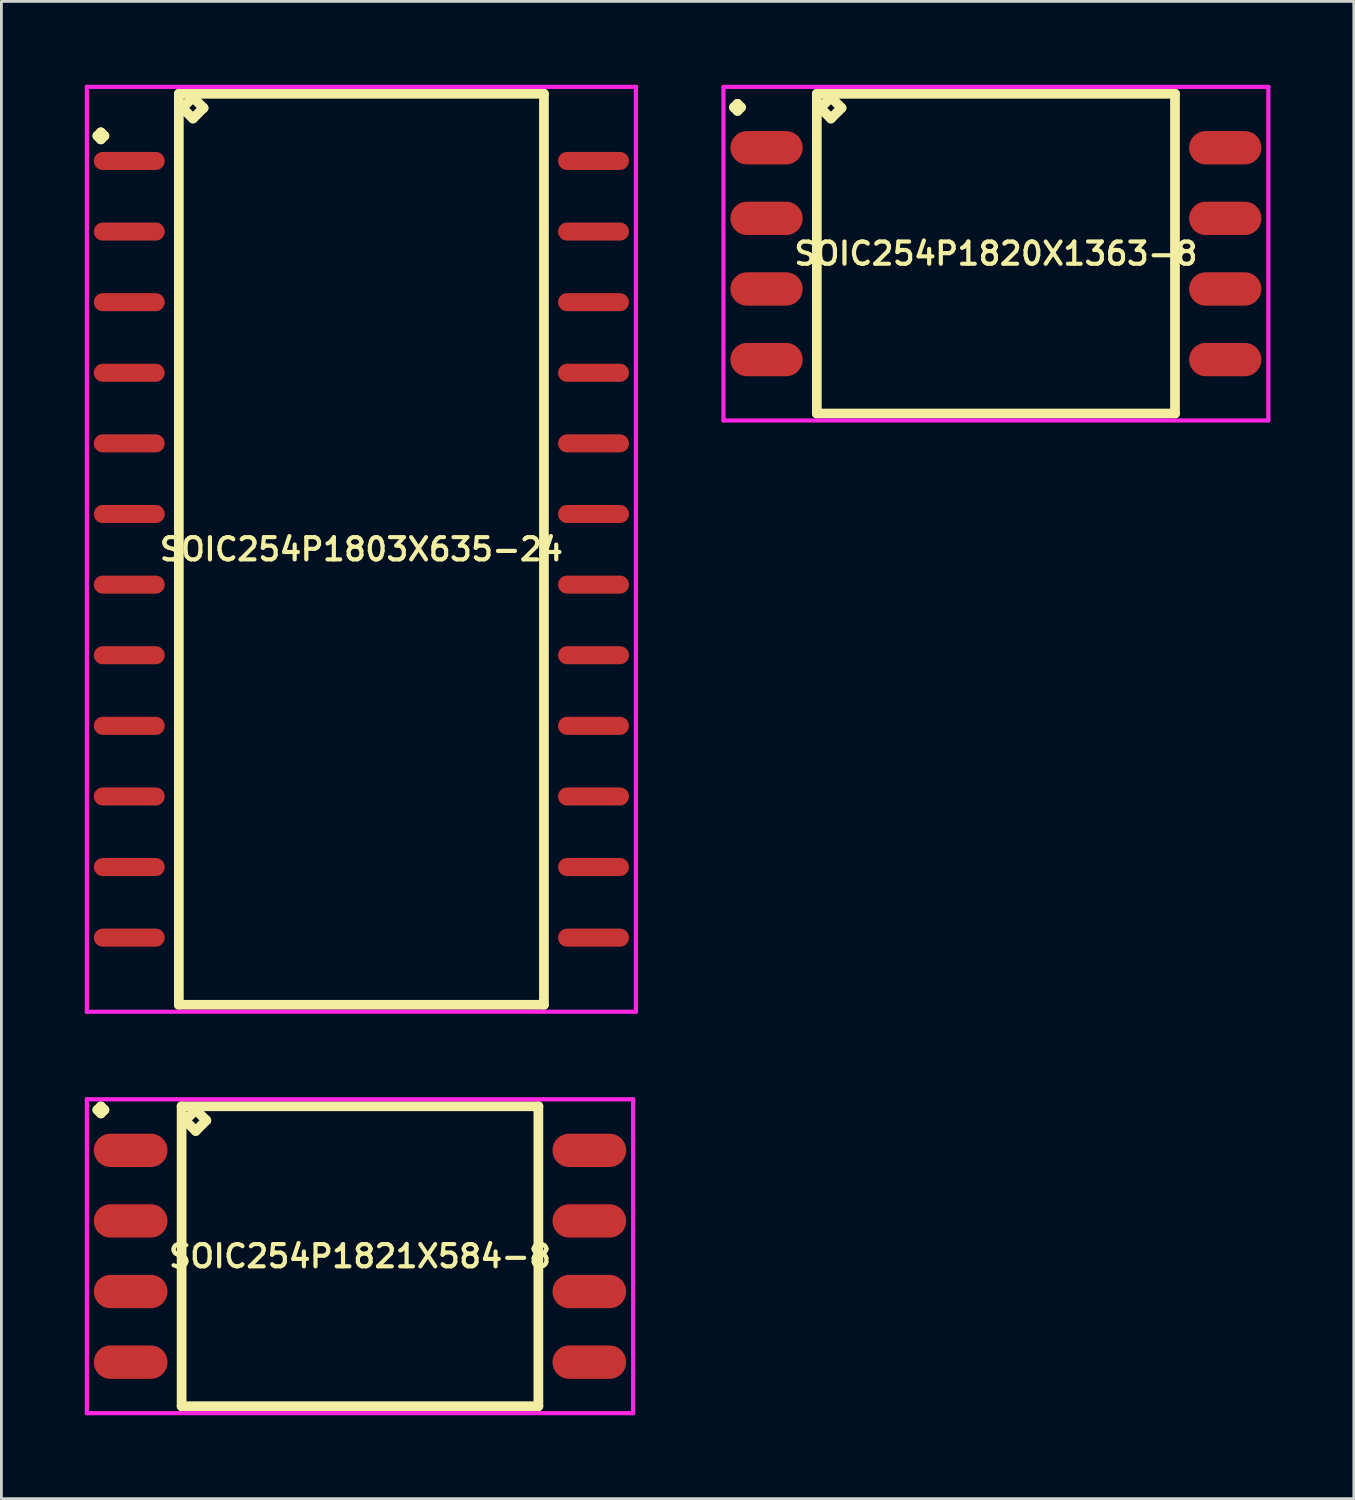
<source format=kicad_pcb>
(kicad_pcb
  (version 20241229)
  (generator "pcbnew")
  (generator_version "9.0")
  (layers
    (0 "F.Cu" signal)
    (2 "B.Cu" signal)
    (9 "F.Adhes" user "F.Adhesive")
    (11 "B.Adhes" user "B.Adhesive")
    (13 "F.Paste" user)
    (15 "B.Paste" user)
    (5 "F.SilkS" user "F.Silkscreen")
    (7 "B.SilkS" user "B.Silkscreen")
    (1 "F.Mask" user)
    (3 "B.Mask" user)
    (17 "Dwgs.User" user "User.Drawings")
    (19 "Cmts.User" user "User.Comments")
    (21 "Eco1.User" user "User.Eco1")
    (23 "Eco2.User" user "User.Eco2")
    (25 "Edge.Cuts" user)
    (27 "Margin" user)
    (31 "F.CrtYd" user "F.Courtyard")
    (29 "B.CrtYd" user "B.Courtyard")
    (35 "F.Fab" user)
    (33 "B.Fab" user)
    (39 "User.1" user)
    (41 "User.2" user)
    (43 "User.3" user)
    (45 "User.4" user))
  (footprint "SOIC254P1820X1363-8"
    (layer "F.Cu")
    (at 32.775 6.075)
    (property "Reference" "SOIC254P1820X1363-8" (at 0 0 0) (layer "F.SilkS") (effects (font (size 0.8 0.8) (thickness 0.15))))
    (attr smd)
    (fp_line (start -9.423 -5.264) (end -9.296 -5.391) (stroke (width 0.35) (type solid)) (layer "F.SilkS"))
    (fp_line (start -9.296 -5.391) (end -9.169 -5.264) (stroke (width 0.35) (type solid)) (layer "F.SilkS"))
    (fp_line (start -9.296 -5.137) (end -9.423 -5.264) (stroke (width 0.35) (type solid)) (layer "F.SilkS"))
    (fp_line (start -9.169 -5.264) (end -9.296 -5.137) (stroke (width 0.35) (type solid)) (layer "F.SilkS"))
    (fp_line (start -6.442 -5.75) (end -6.442 5.75) (stroke (width 0.35) (type solid)) (layer "F.SilkS"))
    (fp_line (start -6.442 5.75) (end 6.442 5.75) (stroke (width 0.35) (type solid)) (layer "F.SilkS"))
    (fp_line (start -6.315 -5.242) (end -5.934 -5.623) (stroke (width 0.35) (type solid)) (layer "F.SilkS"))
    (fp_line (start -5.934 -5.623) (end -5.553 -5.242) (stroke (width 0.35) (type solid)) (layer "F.SilkS"))
    (fp_line (start -5.934 -4.861) (end -6.315 -5.242) (stroke (width 0.35) (type solid)) (layer "F.SilkS"))
    (fp_line (start -5.553 -5.242) (end -5.934 -4.861) (stroke (width 0.35) (type solid)) (layer "F.SilkS"))
    (fp_line (start 6.442 -5.75) (end -6.442 -5.75) (stroke (width 0.35) (type solid)) (layer "F.SilkS"))
    (fp_line (start 6.442 5.75) (end 6.442 -5.75) (stroke (width 0.35) (type solid)) (layer "F.SilkS"))
    (fp_line (start -9.8 -6) (end 9.8 -6) (stroke (width 0.15) (type solid)) (layer "F.CrtYd"))
    (fp_line (start -9.8 6) (end -9.8 -6) (stroke (width 0.15) (type solid)) (layer "F.CrtYd"))
    (fp_line (start 9.8 -6) (end 9.8 6) (stroke (width 0.15) (type solid)) (layer "F.CrtYd"))
    (fp_line (start 9.8 6) (end -9.8 6) (stroke (width 0.15) (type solid)) (layer "F.CrtYd"))
    (pad "1" smd oval (at -8.25 -3.81) (size 2.6 1.2) (layers "F.Cu" "F.Mask" "F.Paste"))
    (pad "2" smd oval (at -8.25 -1.27) (size 2.6 1.2) (layers "F.Cu" "F.Mask" "F.Paste"))
    (pad "3" smd oval (at -8.25 1.27) (size 2.6 1.2) (layers "F.Cu" "F.Mask" "F.Paste"))
    (pad "4" smd oval (at -8.25 3.81) (size 2.6 1.2) (layers "F.Cu" "F.Mask" "F.Paste"))
    (pad "5" smd oval (at 8.25 3.81) (size 2.6 1.2) (layers "F.Cu" "F.Mask" "F.Paste"))
    (pad "6" smd oval (at 8.25 1.27) (size 2.6 1.2) (layers "F.Cu" "F.Mask" "F.Paste"))
    (pad "7" smd oval (at 8.25 -1.27) (size 2.6 1.2) (layers "F.Cu" "F.Mask" "F.Paste"))
    (pad "8" smd oval (at 8.25 -3.81) (size 2.6 1.2) (layers "F.Cu" "F.Mask" "F.Paste")))
  (footprint "SOIC254P1803X635-24"
    (layer "F.Cu")
    (at 9.95 16.71)
    (property "Reference" "SOIC254P1803X635-24" (at 0 0 0) (layer "F.SilkS") (effects (font (size 0.8 0.8) (thickness 0.15))))
    (attr smd)
    (fp_line (start -9.498 -14.874) (end -9.371 -15.001) (stroke (width 0.35) (type solid)) (layer "F.SilkS"))
    (fp_line (start -9.371 -15.001) (end -9.244 -14.874) (stroke (width 0.35) (type solid)) (layer "F.SilkS"))
    (fp_line (start -9.371 -14.747) (end -9.498 -14.874) (stroke (width 0.35) (type solid)) (layer "F.SilkS"))
    (fp_line (start -9.244 -14.874) (end -9.371 -14.747) (stroke (width 0.35) (type solid)) (layer "F.SilkS"))
    (fp_line (start -6.567 -16.385) (end -6.567 16.385) (stroke (width 0.35) (type solid)) (layer "F.SilkS"))
    (fp_line (start -6.567 16.385) (end 6.567 16.385) (stroke (width 0.35) (type solid)) (layer "F.SilkS"))
    (fp_line (start -6.44 -15.877) (end -6.059 -16.258) (stroke (width 0.35) (type solid)) (layer "F.SilkS"))
    (fp_line (start -6.059 -16.258) (end -5.678 -15.877) (stroke (width 0.35) (type solid)) (layer "F.SilkS"))
    (fp_line (start -6.059 -15.496) (end -6.44 -15.877) (stroke (width 0.35) (type solid)) (layer "F.SilkS"))
    (fp_line (start -5.678 -15.877) (end -6.059 -15.496) (stroke (width 0.35) (type solid)) (layer "F.SilkS"))
    (fp_line (start 6.567 -16.385) (end -6.567 -16.385) (stroke (width 0.35) (type solid)) (layer "F.SilkS"))
    (fp_line (start 6.567 16.385) (end 6.567 -16.385) (stroke (width 0.35) (type solid)) (layer "F.SilkS"))
    (fp_line (start -9.875 -16.635) (end 9.875 -16.635) (stroke (width 0.15) (type solid)) (layer "F.CrtYd"))
    (fp_line (start -9.875 16.635) (end -9.875 -16.635) (stroke (width 0.15) (type solid)) (layer "F.CrtYd"))
    (fp_line (start 9.875 -16.635) (end 9.875 16.635) (stroke (width 0.15) (type solid)) (layer "F.CrtYd"))
    (fp_line (start 9.875 16.635) (end -9.875 16.635) (stroke (width 0.15) (type solid)) (layer "F.CrtYd"))
    (pad "1" smd oval (at -8.35 -13.97) (size 2.55 0.65) (layers "F.Cu" "F.Mask" "F.Paste"))
    (pad "2" smd oval (at -8.35 -11.43) (size 2.55 0.65) (layers "F.Cu" "F.Mask" "F.Paste"))
    (pad "3" smd oval (at -8.35 -8.89) (size 2.55 0.65) (layers "F.Cu" "F.Mask" "F.Paste"))
    (pad "4" smd oval (at -8.35 -6.35) (size 2.55 0.65) (layers "F.Cu" "F.Mask" "F.Paste"))
    (pad "5" smd oval (at -8.35 -3.81) (size 2.55 0.65) (layers "F.Cu" "F.Mask" "F.Paste"))
    (pad "6" smd oval (at -8.35 -1.27) (size 2.55 0.65) (layers "F.Cu" "F.Mask" "F.Paste"))
    (pad "7" smd oval (at -8.35 1.27) (size 2.55 0.65) (layers "F.Cu" "F.Mask" "F.Paste"))
    (pad "8" smd oval (at -8.35 3.81) (size 2.55 0.65) (layers "F.Cu" "F.Mask" "F.Paste"))
    (pad "9" smd oval (at -8.35 6.35) (size 2.55 0.65) (layers "F.Cu" "F.Mask" "F.Paste"))
    (pad "10" smd oval (at -8.35 8.89) (size 2.55 0.65) (layers "F.Cu" "F.Mask" "F.Paste"))
    (pad "11" smd oval (at -8.35 11.43) (size 2.55 0.65) (layers "F.Cu" "F.Mask" "F.Paste"))
    (pad "12" smd oval (at -8.35 13.97) (size 2.55 0.65) (layers "F.Cu" "F.Mask" "F.Paste"))
    (pad "13" smd oval (at 8.35 13.97) (size 2.55 0.65) (layers "F.Cu" "F.Mask" "F.Paste"))
    (pad "14" smd oval (at 8.35 11.43) (size 2.55 0.65) (layers "F.Cu" "F.Mask" "F.Paste"))
    (pad "15" smd oval (at 8.35 8.89) (size 2.55 0.65) (layers "F.Cu" "F.Mask" "F.Paste"))
    (pad "16" smd oval (at 8.35 6.35) (size 2.55 0.65) (layers "F.Cu" "F.Mask" "F.Paste"))
    (pad "17" smd oval (at 8.35 3.81) (size 2.55 0.65) (layers "F.Cu" "F.Mask" "F.Paste"))
    (pad "18" smd oval (at 8.35 1.27) (size 2.55 0.65) (layers "F.Cu" "F.Mask" "F.Paste"))
    (pad "19" smd oval (at 8.35 -1.27) (size 2.55 0.65) (layers "F.Cu" "F.Mask" "F.Paste"))
    (pad "20" smd oval (at 8.35 -3.81) (size 2.55 0.65) (layers "F.Cu" "F.Mask" "F.Paste"))
    (pad "21" smd oval (at 8.35 -6.35) (size 2.55 0.65) (layers "F.Cu" "F.Mask" "F.Paste"))
    (pad "22" smd oval (at 8.35 -8.89) (size 2.55 0.65) (layers "F.Cu" "F.Mask" "F.Paste"))
    (pad "23" smd oval (at 8.35 -11.43) (size 2.55 0.65) (layers "F.Cu" "F.Mask" "F.Paste"))
    (pad "24" smd oval (at 8.35 -13.97) (size 2.55 0.65) (layers "F.Cu" "F.Mask" "F.Paste")))
  (footprint "SOIC254P1821X584-8"
    (layer "F.Cu")
    (at 9.9 42.14)
    (property "Reference" "SOIC254P1821X584-8" (at 0 0 0) (layer "F.SilkS") (effects (font (size 0.8 0.8) (thickness 0.15))))
    (attr smd)
    (fp_line (start -9.448 -5.264) (end -9.321 -5.391) (stroke (width 0.35) (type solid)) (layer "F.SilkS"))
    (fp_line (start -9.321 -5.391) (end -9.194 -5.264) (stroke (width 0.35) (type solid)) (layer "F.SilkS"))
    (fp_line (start -9.321 -5.137) (end -9.448 -5.264) (stroke (width 0.35) (type solid)) (layer "F.SilkS"))
    (fp_line (start -9.194 -5.264) (end -9.321 -5.137) (stroke (width 0.35) (type solid)) (layer "F.SilkS"))
    (fp_line (start -6.417 -5.395) (end -6.417 5.395) (stroke (width 0.35) (type solid)) (layer "F.SilkS"))
    (fp_line (start -6.417 5.395) (end 6.417 5.395) (stroke (width 0.35) (type solid)) (layer "F.SilkS"))
    (fp_line (start -6.29 -4.887) (end -5.909 -5.268) (stroke (width 0.35) (type solid)) (layer "F.SilkS"))
    (fp_line (start -5.909 -5.268) (end -5.528 -4.887) (stroke (width 0.35) (type solid)) (layer "F.SilkS"))
    (fp_line (start -5.909 -4.506) (end -6.29 -4.887) (stroke (width 0.35) (type solid)) (layer "F.SilkS"))
    (fp_line (start -5.528 -4.887) (end -5.909 -4.506) (stroke (width 0.35) (type solid)) (layer "F.SilkS"))
    (fp_line (start 6.417 -5.395) (end -6.417 -5.395) (stroke (width 0.35) (type solid)) (layer "F.SilkS"))
    (fp_line (start 6.417 5.395) (end 6.417 -5.395) (stroke (width 0.35) (type solid)) (layer "F.SilkS"))
    (fp_line (start -9.825 -5.645) (end 9.825 -5.645) (stroke (width 0.15) (type solid)) (layer "F.CrtYd"))
    (fp_line (start -9.825 5.645) (end -9.825 -5.645) (stroke (width 0.15) (type solid)) (layer "F.CrtYd"))
    (fp_line (start 9.825 -5.645) (end 9.825 5.645) (stroke (width 0.15) (type solid)) (layer "F.CrtYd"))
    (fp_line (start 9.825 5.645) (end -9.825 5.645) (stroke (width 0.15) (type solid)) (layer "F.CrtYd"))
    (pad "1" smd oval (at -8.25 -3.81) (size 2.65 1.2) (layers "F.Cu" "F.Mask" "F.Paste"))
    (pad "2" smd oval (at -8.25 -1.27) (size 2.65 1.2) (layers "F.Cu" "F.Mask" "F.Paste"))
    (pad "3" smd oval (at -8.25 1.27) (size 2.65 1.2) (layers "F.Cu" "F.Mask" "F.Paste"))
    (pad "4" smd oval (at -8.25 3.81) (size 2.65 1.2) (layers "F.Cu" "F.Mask" "F.Paste"))
    (pad "5" smd oval (at 8.25 3.81) (size 2.65 1.2) (layers "F.Cu" "F.Mask" "F.Paste"))
    (pad "6" smd oval (at 8.25 1.27) (size 2.65 1.2) (layers "F.Cu" "F.Mask" "F.Paste"))
    (pad "7" smd oval (at 8.25 -1.27) (size 2.65 1.2) (layers "F.Cu" "F.Mask" "F.Paste"))
    (pad "8" smd oval (at 8.25 -3.81) (size 2.65 1.2) (layers "F.Cu" "F.Mask" "F.Paste")))
  (gr_rect
    (start -3 -3)
    (end 45.65 50.86)
    (stroke (width 0.1) (type default))
    (fill no)
    (layer "Edge.Cuts")))
</source>
